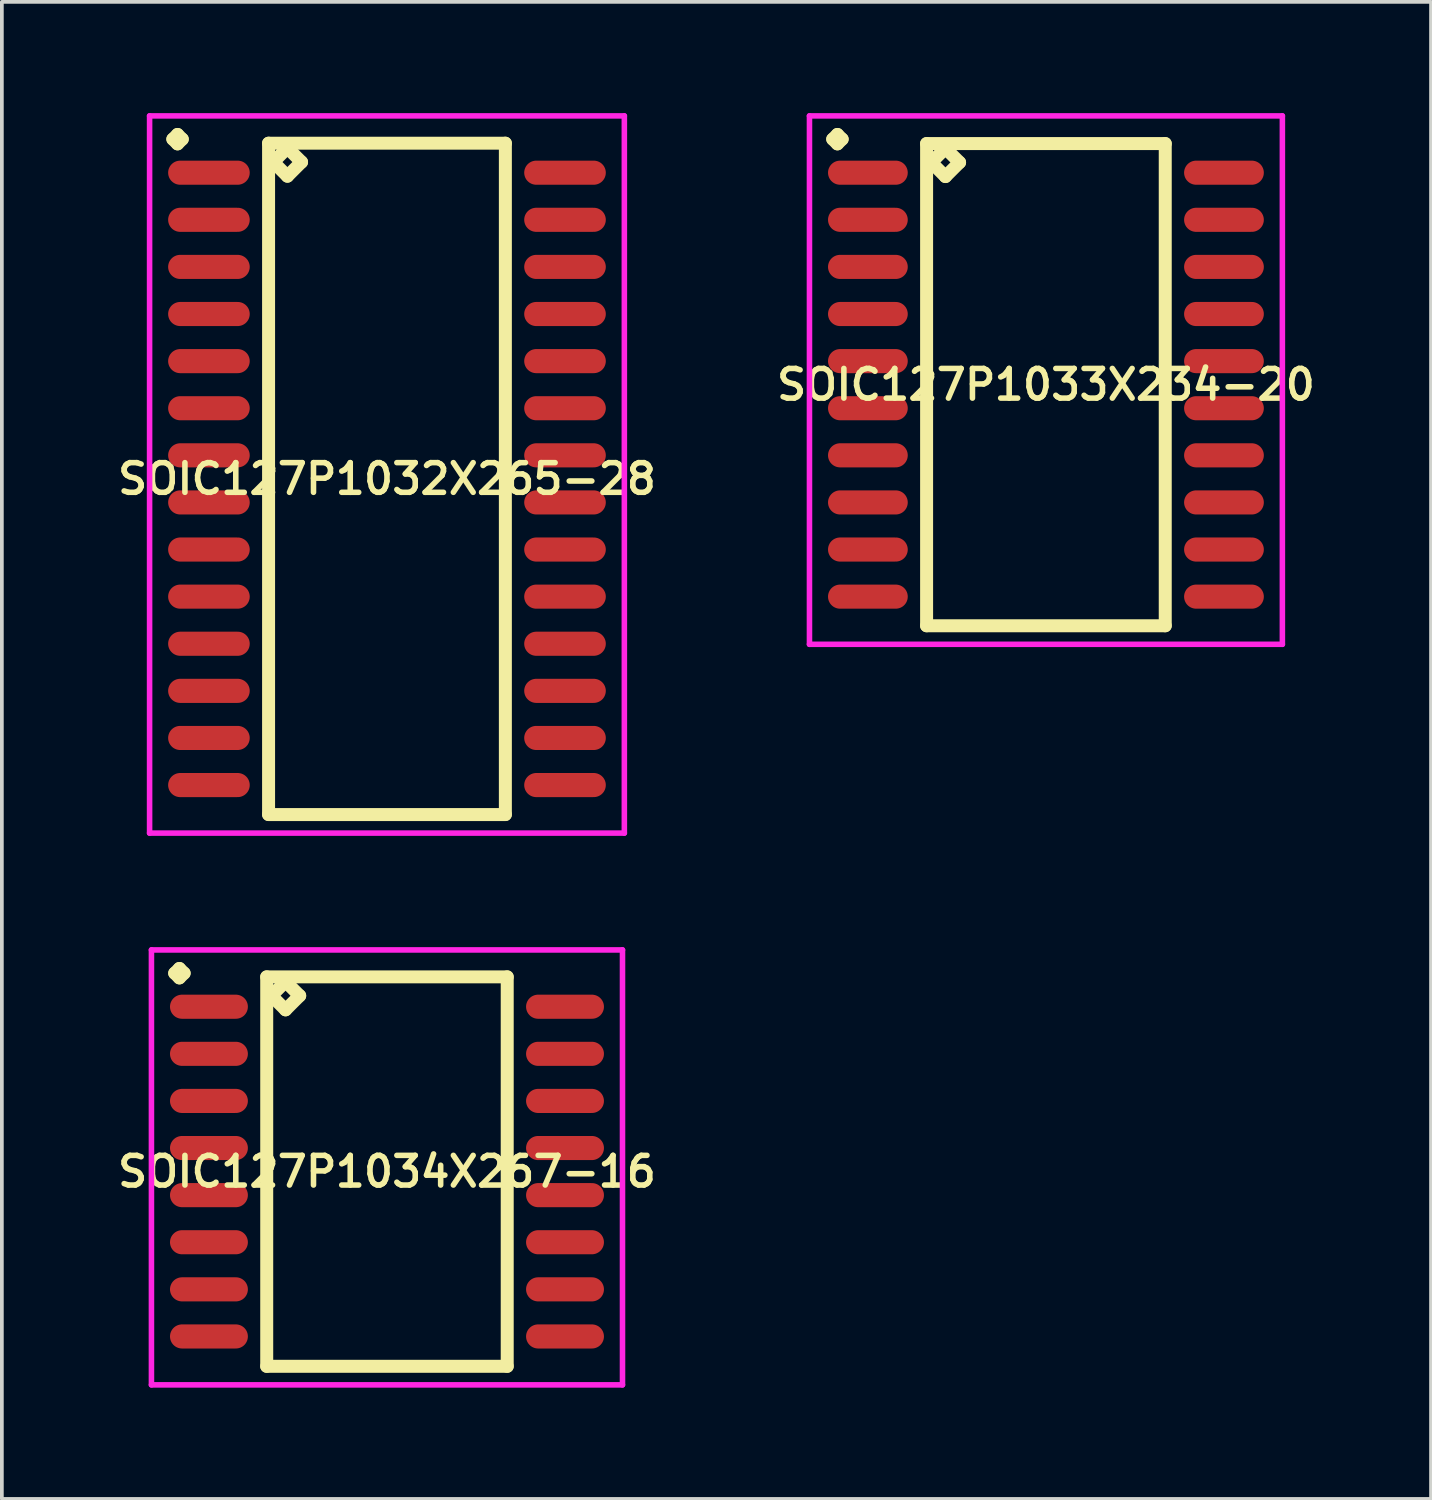
<source format=kicad_pcb>
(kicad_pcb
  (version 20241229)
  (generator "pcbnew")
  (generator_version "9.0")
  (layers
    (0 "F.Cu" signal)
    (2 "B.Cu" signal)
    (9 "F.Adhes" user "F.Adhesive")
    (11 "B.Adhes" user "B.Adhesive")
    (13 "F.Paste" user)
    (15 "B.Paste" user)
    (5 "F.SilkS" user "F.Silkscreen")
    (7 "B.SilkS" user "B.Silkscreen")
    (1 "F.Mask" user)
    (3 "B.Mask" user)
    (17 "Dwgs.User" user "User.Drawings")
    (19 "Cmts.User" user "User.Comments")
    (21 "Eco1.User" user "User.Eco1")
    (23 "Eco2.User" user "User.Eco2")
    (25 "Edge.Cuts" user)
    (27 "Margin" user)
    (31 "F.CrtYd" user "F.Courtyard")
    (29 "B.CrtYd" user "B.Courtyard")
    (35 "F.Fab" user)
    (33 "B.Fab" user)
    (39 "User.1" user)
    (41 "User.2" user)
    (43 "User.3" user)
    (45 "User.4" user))
  (footprint "SOIC127P1032X265-28"
    (layer "F.Cu")
    (at 7.383 9.861)
    (property "Reference" "SOIC127P1032X265-28" (at 0 0 0) (layer "F.SilkS") (effects (font (size 0.8 0.8) (thickness 0.15))))
    (attr smd)
    (fp_line (start -5.773 -9.159) (end -5.646 -9.286) (stroke (width 0.35) (type solid)) (layer "F.SilkS"))
    (fp_line (start -5.646 -9.286) (end -5.519 -9.159) (stroke (width 0.35) (type solid)) (layer "F.SilkS"))
    (fp_line (start -5.646 -9.032) (end -5.773 -9.159) (stroke (width 0.35) (type solid)) (layer "F.SilkS"))
    (fp_line (start -5.519 -9.159) (end -5.646 -9.032) (stroke (width 0.35) (type solid)) (layer "F.SilkS"))
    (fp_line (start -3.192 -9.05) (end -3.192 9.05) (stroke (width 0.35) (type solid)) (layer "F.SilkS"))
    (fp_line (start -3.192 9.05) (end 3.192 9.05) (stroke (width 0.35) (type solid)) (layer "F.SilkS"))
    (fp_line (start -3.065 -8.542) (end -2.684 -8.923) (stroke (width 0.35) (type solid)) (layer "F.SilkS"))
    (fp_line (start -2.684 -8.923) (end -2.303 -8.542) (stroke (width 0.35) (type solid)) (layer "F.SilkS"))
    (fp_line (start -2.684 -8.161) (end -3.065 -8.542) (stroke (width 0.35) (type solid)) (layer "F.SilkS"))
    (fp_line (start -2.303 -8.542) (end -2.684 -8.161) (stroke (width 0.35) (type solid)) (layer "F.SilkS"))
    (fp_line (start 3.192 -9.05) (end -3.192 -9.05) (stroke (width 0.35) (type solid)) (layer "F.SilkS"))
    (fp_line (start 3.192 9.05) (end 3.192 -9.05) (stroke (width 0.35) (type solid)) (layer "F.SilkS"))
    (fp_line (start -6.4 -9.786) (end 6.4 -9.786) (stroke (width 0.15) (type solid)) (layer "F.CrtYd"))
    (fp_line (start -6.4 9.55) (end -6.4 -9.786) (stroke (width 0.15) (type solid)) (layer "F.CrtYd"))
    (fp_line (start 6.4 -9.786) (end 6.4 9.55) (stroke (width 0.15) (type solid)) (layer "F.CrtYd"))
    (fp_line (start 6.4 9.55) (end -6.4 9.55) (stroke (width 0.15) (type solid)) (layer "F.CrtYd"))
    (pad "1" smd oval (at -4.8 -8.255) (size 2.2 0.65) (layers "F.Cu" "F.Mask" "F.Paste"))
    (pad "2" smd oval (at -4.8 -6.985) (size 2.2 0.65) (layers "F.Cu" "F.Mask" "F.Paste"))
    (pad "3" smd oval (at -4.8 -5.715) (size 2.2 0.65) (layers "F.Cu" "F.Mask" "F.Paste"))
    (pad "4" smd oval (at -4.8 -4.445) (size 2.2 0.65) (layers "F.Cu" "F.Mask" "F.Paste"))
    (pad "5" smd oval (at -4.8 -3.175) (size 2.2 0.65) (layers "F.Cu" "F.Mask" "F.Paste"))
    (pad "6" smd oval (at -4.8 -1.905) (size 2.2 0.65) (layers "F.Cu" "F.Mask" "F.Paste"))
    (pad "7" smd oval (at -4.8 -0.635) (size 2.2 0.65) (layers "F.Cu" "F.Mask" "F.Paste"))
    (pad "8" smd oval (at -4.8 0.635) (size 2.2 0.65) (layers "F.Cu" "F.Mask" "F.Paste"))
    (pad "9" smd oval (at -4.8 1.905) (size 2.2 0.65) (layers "F.Cu" "F.Mask" "F.Paste"))
    (pad "10" smd oval (at -4.8 3.175) (size 2.2 0.65) (layers "F.Cu" "F.Mask" "F.Paste"))
    (pad "11" smd oval (at -4.8 4.445) (size 2.2 0.65) (layers "F.Cu" "F.Mask" "F.Paste"))
    (pad "12" smd oval (at -4.8 5.715) (size 2.2 0.65) (layers "F.Cu" "F.Mask" "F.Paste"))
    (pad "13" smd oval (at -4.8 6.985) (size 2.2 0.65) (layers "F.Cu" "F.Mask" "F.Paste"))
    (pad "14" smd oval (at -4.8 8.255) (size 2.2 0.65) (layers "F.Cu" "F.Mask" "F.Paste"))
    (pad "15" smd oval (at 4.8 8.255) (size 2.2 0.65) (layers "F.Cu" "F.Mask" "F.Paste"))
    (pad "16" smd oval (at 4.8 6.985) (size 2.2 0.65) (layers "F.Cu" "F.Mask" "F.Paste"))
    (pad "17" smd oval (at 4.8 5.715) (size 2.2 0.65) (layers "F.Cu" "F.Mask" "F.Paste"))
    (pad "18" smd oval (at 4.8 4.445) (size 2.2 0.65) (layers "F.Cu" "F.Mask" "F.Paste"))
    (pad "19" smd oval (at 4.8 3.175) (size 2.2 0.65) (layers "F.Cu" "F.Mask" "F.Paste"))
    (pad "20" smd oval (at 4.8 1.905) (size 2.2 0.65) (layers "F.Cu" "F.Mask" "F.Paste"))
    (pad "21" smd oval (at 4.8 0.635) (size 2.2 0.65) (layers "F.Cu" "F.Mask" "F.Paste"))
    (pad "22" smd oval (at 4.8 -0.635) (size 2.2 0.65) (layers "F.Cu" "F.Mask" "F.Paste"))
    (pad "23" smd oval (at 4.8 -1.905) (size 2.2 0.65) (layers "F.Cu" "F.Mask" "F.Paste"))
    (pad "24" smd oval (at 4.8 -3.175) (size 2.2 0.65) (layers "F.Cu" "F.Mask" "F.Paste"))
    (pad "25" smd oval (at 4.8 -4.445) (size 2.2 0.65) (layers "F.Cu" "F.Mask" "F.Paste"))
    (pad "26" smd oval (at 4.8 -5.715) (size 2.2 0.65) (layers "F.Cu" "F.Mask" "F.Paste"))
    (pad "27" smd oval (at 4.8 -6.985) (size 2.2 0.65) (layers "F.Cu" "F.Mask" "F.Paste"))
    (pad "28" smd oval (at 4.8 -8.255) (size 2.2 0.65) (layers "F.Cu" "F.Mask" "F.Paste")))
  (footprint "SOIC127P1033X234-20"
    (layer "F.Cu")
    (at 25.149 7.321)
    (property "Reference" "SOIC127P1033X234-20" (at 0 0 0) (layer "F.SilkS") (effects (font (size 0.8 0.8) (thickness 0.15))))
    (attr smd)
    (fp_line (start -5.748 -6.619) (end -5.621 -6.746) (stroke (width 0.35) (type solid)) (layer "F.SilkS"))
    (fp_line (start -5.621 -6.746) (end -5.494 -6.619) (stroke (width 0.35) (type solid)) (layer "F.SilkS"))
    (fp_line (start -5.621 -6.492) (end -5.748 -6.619) (stroke (width 0.35) (type solid)) (layer "F.SilkS"))
    (fp_line (start -5.494 -6.619) (end -5.621 -6.492) (stroke (width 0.35) (type solid)) (layer "F.SilkS"))
    (fp_line (start -3.217 -6.5) (end -3.217 6.5) (stroke (width 0.35) (type solid)) (layer "F.SilkS"))
    (fp_line (start -3.217 6.5) (end 3.217 6.5) (stroke (width 0.35) (type solid)) (layer "F.SilkS"))
    (fp_line (start -3.09 -5.992) (end -2.709 -6.373) (stroke (width 0.35) (type solid)) (layer "F.SilkS"))
    (fp_line (start -2.709 -6.373) (end -2.328 -5.992) (stroke (width 0.35) (type solid)) (layer "F.SilkS"))
    (fp_line (start -2.709 -5.611) (end -3.09 -5.992) (stroke (width 0.35) (type solid)) (layer "F.SilkS"))
    (fp_line (start -2.328 -5.992) (end -2.709 -5.611) (stroke (width 0.35) (type solid)) (layer "F.SilkS"))
    (fp_line (start 3.217 -6.5) (end -3.217 -6.5) (stroke (width 0.35) (type solid)) (layer "F.SilkS"))
    (fp_line (start 3.217 6.5) (end 3.217 -6.5) (stroke (width 0.35) (type solid)) (layer "F.SilkS"))
    (fp_line (start -6.375 -7.246) (end 6.375 -7.246) (stroke (width 0.15) (type solid)) (layer "F.CrtYd"))
    (fp_line (start -6.375 7) (end -6.375 -7.246) (stroke (width 0.15) (type solid)) (layer "F.CrtYd"))
    (fp_line (start 6.375 -7.246) (end 6.375 7) (stroke (width 0.15) (type solid)) (layer "F.CrtYd"))
    (fp_line (start 6.375 7) (end -6.375 7) (stroke (width 0.15) (type solid)) (layer "F.CrtYd"))
    (pad "1" smd oval (at -4.8 -5.715) (size 2.15 0.65) (layers "F.Cu" "F.Mask" "F.Paste"))
    (pad "2" smd oval (at -4.8 -4.445) (size 2.15 0.65) (layers "F.Cu" "F.Mask" "F.Paste"))
    (pad "3" smd oval (at -4.8 -3.175) (size 2.15 0.65) (layers "F.Cu" "F.Mask" "F.Paste"))
    (pad "4" smd oval (at -4.8 -1.905) (size 2.15 0.65) (layers "F.Cu" "F.Mask" "F.Paste"))
    (pad "5" smd oval (at -4.8 -0.635) (size 2.15 0.65) (layers "F.Cu" "F.Mask" "F.Paste"))
    (pad "6" smd oval (at -4.8 0.635) (size 2.15 0.65) (layers "F.Cu" "F.Mask" "F.Paste"))
    (pad "7" smd oval (at -4.8 1.905) (size 2.15 0.65) (layers "F.Cu" "F.Mask" "F.Paste"))
    (pad "8" smd oval (at -4.8 3.175) (size 2.15 0.65) (layers "F.Cu" "F.Mask" "F.Paste"))
    (pad "9" smd oval (at -4.8 4.445) (size 2.15 0.65) (layers "F.Cu" "F.Mask" "F.Paste"))
    (pad "10" smd oval (at -4.8 5.715) (size 2.15 0.65) (layers "F.Cu" "F.Mask" "F.Paste"))
    (pad "11" smd oval (at 4.8 5.715) (size 2.15 0.65) (layers "F.Cu" "F.Mask" "F.Paste"))
    (pad "12" smd oval (at 4.8 4.445) (size 2.15 0.65) (layers "F.Cu" "F.Mask" "F.Paste"))
    (pad "13" smd oval (at 4.8 3.175) (size 2.15 0.65) (layers "F.Cu" "F.Mask" "F.Paste"))
    (pad "14" smd oval (at 4.8 1.905) (size 2.15 0.65) (layers "F.Cu" "F.Mask" "F.Paste"))
    (pad "15" smd oval (at 4.8 0.635) (size 2.15 0.65) (layers "F.Cu" "F.Mask" "F.Paste"))
    (pad "16" smd oval (at 4.8 -0.635) (size 2.15 0.65) (layers "F.Cu" "F.Mask" "F.Paste"))
    (pad "17" smd oval (at 4.8 -1.905) (size 2.15 0.65) (layers "F.Cu" "F.Mask" "F.Paste"))
    (pad "18" smd oval (at 4.8 -3.175) (size 2.15 0.65) (layers "F.Cu" "F.Mask" "F.Paste"))
    (pad "19" smd oval (at 4.8 -4.445) (size 2.15 0.65) (layers "F.Cu" "F.Mask" "F.Paste"))
    (pad "20" smd oval (at 4.8 -5.715) (size 2.15 0.65) (layers "F.Cu" "F.Mask" "F.Paste")))
  (footprint "SOIC127P1034X267-16"
    (layer "F.Cu")
    (at 7.383 28.537)
    (property "Reference" "SOIC127P1034X267-16" (at 0 0 0) (layer "F.SilkS") (effects (font (size 0.8 0.8) (thickness 0.15))))
    (attr smd)
    (fp_line (start -5.723 -5.349) (end -5.596 -5.476) (stroke (width 0.35) (type solid)) (layer "F.SilkS"))
    (fp_line (start -5.596 -5.476) (end -5.469 -5.349) (stroke (width 0.35) (type solid)) (layer "F.SilkS"))
    (fp_line (start -5.596 -5.222) (end -5.723 -5.349) (stroke (width 0.35) (type solid)) (layer "F.SilkS"))
    (fp_line (start -5.469 -5.349) (end -5.596 -5.222) (stroke (width 0.35) (type solid)) (layer "F.SilkS"))
    (fp_line (start -3.242 -5.25) (end -3.242 5.25) (stroke (width 0.35) (type solid)) (layer "F.SilkS"))
    (fp_line (start -3.242 5.25) (end 3.242 5.25) (stroke (width 0.35) (type solid)) (layer "F.SilkS"))
    (fp_line (start -3.115 -4.742) (end -2.734 -5.123) (stroke (width 0.35) (type solid)) (layer "F.SilkS"))
    (fp_line (start -2.734 -5.123) (end -2.353 -4.742) (stroke (width 0.35) (type solid)) (layer "F.SilkS"))
    (fp_line (start -2.734 -4.361) (end -3.115 -4.742) (stroke (width 0.35) (type solid)) (layer "F.SilkS"))
    (fp_line (start -2.353 -4.742) (end -2.734 -4.361) (stroke (width 0.35) (type solid)) (layer "F.SilkS"))
    (fp_line (start 3.242 -5.25) (end -3.242 -5.25) (stroke (width 0.35) (type solid)) (layer "F.SilkS"))
    (fp_line (start 3.242 5.25) (end 3.242 -5.25) (stroke (width 0.35) (type solid)) (layer "F.SilkS"))
    (fp_line (start -6.35 -5.976) (end 6.35 -5.976) (stroke (width 0.15) (type solid)) (layer "F.CrtYd"))
    (fp_line (start -6.35 5.75) (end -6.35 -5.976) (stroke (width 0.15) (type solid)) (layer "F.CrtYd"))
    (fp_line (start 6.35 -5.976) (end 6.35 5.75) (stroke (width 0.15) (type solid)) (layer "F.CrtYd"))
    (fp_line (start 6.35 5.75) (end -6.35 5.75) (stroke (width 0.15) (type solid)) (layer "F.CrtYd"))
    (pad "1" smd oval (at -4.8 -4.445) (size 2.1 0.65) (layers "F.Cu" "F.Mask" "F.Paste"))
    (pad "2" smd oval (at -4.8 -3.175) (size 2.1 0.65) (layers "F.Cu" "F.Mask" "F.Paste"))
    (pad "3" smd oval (at -4.8 -1.905) (size 2.1 0.65) (layers "F.Cu" "F.Mask" "F.Paste"))
    (pad "4" smd oval (at -4.8 -0.635) (size 2.1 0.65) (layers "F.Cu" "F.Mask" "F.Paste"))
    (pad "5" smd oval (at -4.8 0.635) (size 2.1 0.65) (layers "F.Cu" "F.Mask" "F.Paste"))
    (pad "6" smd oval (at -4.8 1.905) (size 2.1 0.65) (layers "F.Cu" "F.Mask" "F.Paste"))
    (pad "7" smd oval (at -4.8 3.175) (size 2.1 0.65) (layers "F.Cu" "F.Mask" "F.Paste"))
    (pad "8" smd oval (at -4.8 4.445) (size 2.1 0.65) (layers "F.Cu" "F.Mask" "F.Paste"))
    (pad "9" smd oval (at 4.8 4.445) (size 2.1 0.65) (layers "F.Cu" "F.Mask" "F.Paste"))
    (pad "10" smd oval (at 4.8 3.175) (size 2.1 0.65) (layers "F.Cu" "F.Mask" "F.Paste"))
    (pad "11" smd oval (at 4.8 1.905) (size 2.1 0.65) (layers "F.Cu" "F.Mask" "F.Paste"))
    (pad "12" smd oval (at 4.8 0.635) (size 2.1 0.65) (layers "F.Cu" "F.Mask" "F.Paste"))
    (pad "13" smd oval (at 4.8 -0.635) (size 2.1 0.65) (layers "F.Cu" "F.Mask" "F.Paste"))
    (pad "14" smd oval (at 4.8 -1.905) (size 2.1 0.65) (layers "F.Cu" "F.Mask" "F.Paste"))
    (pad "15" smd oval (at 4.8 -3.175) (size 2.1 0.65) (layers "F.Cu" "F.Mask" "F.Paste"))
    (pad "16" smd oval (at 4.8 -4.445) (size 2.1 0.65) (layers "F.Cu" "F.Mask" "F.Paste")))
  (gr_rect
    (start -3 -3)
    (end 35.532 37.362)
    (stroke (width 0.1) (type default))
    (fill no)
    (layer "Edge.Cuts")))
</source>
